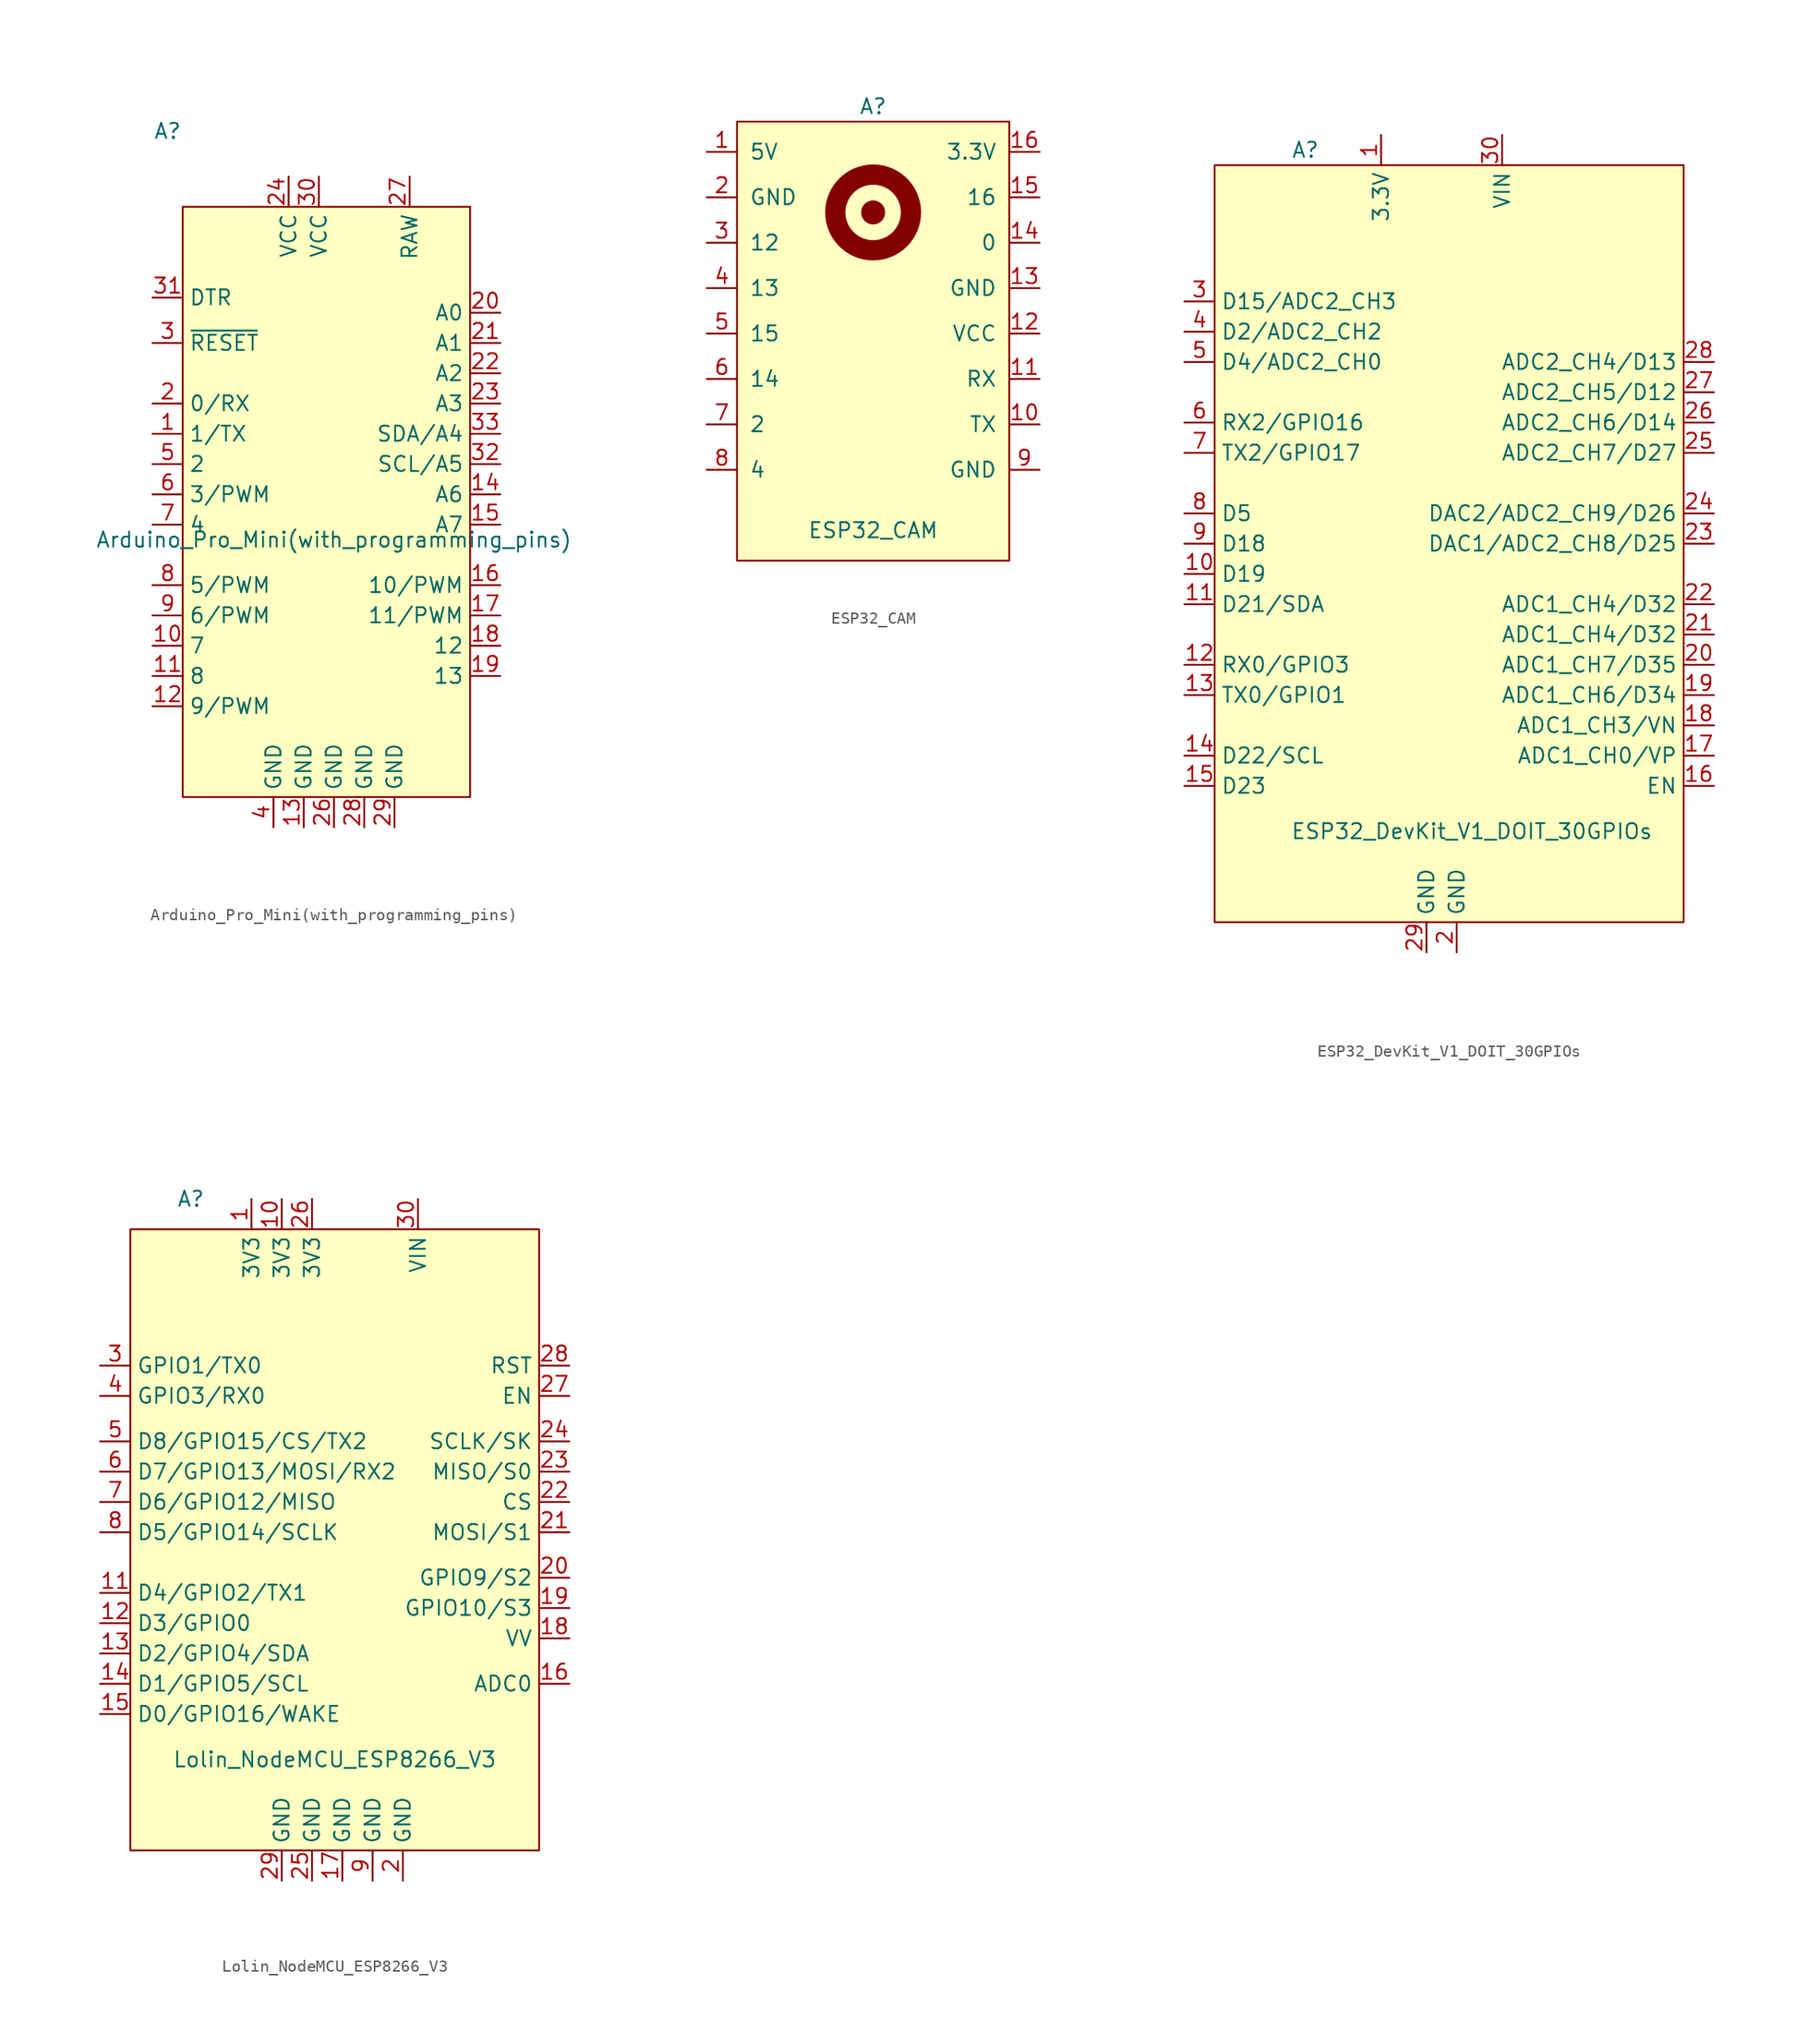
<source format=kicad_sym>
(kicad_symbol_lib
  (version 20220914)
  (generator kicad_symbol_editor)
  (symbol "Arduino_Pro_Mini(with_programming_pins)"
    (property "Reference" "A"
      (at -12.7 30.48 0)
      (effects (font (size 1.27 1.27))))
    (property "Value" "Arduino_Pro_Mini(with_programming_pins)"
      (at 1.27 -3.81 0)
      (effects (font (size 1.27 1.27))))
    (symbol "Arduino_Pro_Mini(with_programming_pins)_0_1"
      (rectangle (start -11.43 24.13) (end 12.7 -25.4) (stroke (width 0) (type default)) (fill (type background))))
    (symbol "Arduino_Pro_Mini(with_programming_pins)_1_1"
      (pin bidirectional line (at -13.97 5.08 0) (length 2.54) (name "1/TX" (effects (font (size 1.27 1.27)))) (number "1" (effects (font (size 1.27 1.27)))))
      (pin bidirectional line (at -13.97 -12.7 0) (length 2.54) (name "7" (effects (font (size 1.27 1.27)))) (number "10" (effects (font (size 1.27 1.27)))))
      (pin bidirectional line (at -13.97 -15.24 0) (length 2.54) (name "8" (effects (font (size 1.27 1.27)))) (number "11" (effects (font (size 1.27 1.27)))))
      (pin bidirectional line (at -13.97 -17.78 0) (length 2.54) (name "9/PWM" (effects (font (size 1.27 1.27)))) (number "12" (effects (font (size 1.27 1.27)))))
      (pin power_in line (at -1.27 -27.94 90) (length 2.54) (name "GND" (effects (font (size 1.27 1.27)))) (number "13" (effects (font (size 1.27 1.27)))))
      (pin bidirectional line (at 15.24 0 180) (length 2.54) (name "A6" (effects (font (size 1.27 1.27)))) (number "14" (effects (font (size 1.27 1.27)))))
      (pin bidirectional line (at 15.24 -2.54 180) (length 2.54) (name "A7" (effects (font (size 1.27 1.27)))) (number "15" (effects (font (size 1.27 1.27)))))
      (pin bidirectional line (at 15.24 -7.62 180) (length 2.54) (name "10/PWM" (effects (font (size 1.27 1.27)))) (number "16" (effects (font (size 1.27 1.27)))))
      (pin bidirectional line (at 15.24 -10.16 180) (length 2.54) (name "11/PWM" (effects (font (size 1.27 1.27)))) (number "17" (effects (font (size 1.27 1.27)))))
      (pin bidirectional line (at 15.24 -12.7 180) (length 2.54) (name "12" (effects (font (size 1.27 1.27)))) (number "18" (effects (font (size 1.27 1.27)))))
      (pin bidirectional line (at 15.24 -15.24 180) (length 2.54) (name "13" (effects (font (size 1.27 1.27)))) (number "19" (effects (font (size 1.27 1.27)))))
      (pin bidirectional line (at -13.97 7.62 0) (length 2.54) (name "0/RX" (effects (font (size 1.27 1.27)))) (number "2" (effects (font (size 1.27 1.27)))))
      (pin bidirectional line (at 15.24 15.24 180) (length 2.54) (name "A0" (effects (font (size 1.27 1.27)))) (number "20" (effects (font (size 1.27 1.27)))))
      (pin bidirectional line (at 15.24 12.7 180) (length 2.54) (name "A1" (effects (font (size 1.27 1.27)))) (number "21" (effects (font (size 1.27 1.27)))))
      (pin bidirectional line (at 15.24 10.16 180) (length 2.54) (name "A2" (effects (font (size 1.27 1.27)))) (number "22" (effects (font (size 1.27 1.27)))))
      (pin bidirectional line (at 15.24 7.62 180) (length 2.54) (name "A3" (effects (font (size 1.27 1.27)))) (number "23" (effects (font (size 1.27 1.27)))))
      (pin power_in line (at -2.54 26.67 270) (length 2.54) (name "VCC" (effects (font (size 1.27 1.27)))) (number "24" (effects (font (size 1.27 1.27)))))
      (pin power_in line (at 1.27 -27.94 90) (length 2.54) (name "GND" (effects (font (size 1.27 1.27)))) (number "26" (effects (font (size 1.27 1.27)))))
      (pin power_in line (at 7.62 26.67 270) (length 2.54) (name "RAW" (effects (font (size 1.27 1.27)))) (number "27" (effects (font (size 1.27 1.27)))))
      (pin power_in line (at 3.81 -27.94 90) (length 2.54) (name "GND" (effects (font (size 1.27 1.27)))) (number "28" (effects (font (size 1.27 1.27)))))
      (pin power_in line (at 6.35 -27.94 90) (length 2.54) (name "GND" (effects (font (size 1.27 1.27)))) (number "29" (effects (font (size 1.27 1.27)))))
      (pin bidirectional line (at -13.97 12.7 0) (length 2.54) (name "~{RESET}" (effects (font (size 1.27 1.27)))) (number "3" (effects (font (size 1.27 1.27)))))
      (pin power_in line (at 0 26.67 270) (length 2.54) (name "VCC" (effects (font (size 1.27 1.27)))) (number "30" (effects (font (size 1.27 1.27)))))
      (pin bidirectional line (at -13.97 16.51 0) (length 2.54) (name "DTR" (effects (font (size 1.27 1.27)))) (number "31" (effects (font (size 1.27 1.27)))))
      (pin bidirectional line (at 15.24 2.54 180) (length 2.54) (name "SCL/A5" (effects (font (size 1.27 1.27)))) (number "32" (effects (font (size 1.27 1.27)))))
      (pin bidirectional line (at 15.24 5.08 180) (length 2.54) (name "SDA/A4" (effects (font (size 1.27 1.27)))) (number "33" (effects (font (size 1.27 1.27)))))
      (pin power_in line (at -3.81 -27.94 90) (length 2.54) (name "GND" (effects (font (size 1.27 1.27)))) (number "4" (effects (font (size 1.27 1.27)))))
      (pin bidirectional line (at -13.97 2.54 0) (length 2.54) (name "2" (effects (font (size 1.27 1.27)))) (number "5" (effects (font (size 1.27 1.27)))))
      (pin bidirectional line (at -13.97 0 0) (length 2.54) (name "3/PWM" (effects (font (size 1.27 1.27)))) (number "6" (effects (font (size 1.27 1.27)))))
      (pin bidirectional line (at -13.97 -2.54 0) (length 2.54) (name "4" (effects (font (size 1.27 1.27)))) (number "7" (effects (font (size 1.27 1.27)))))
      (pin bidirectional line (at -13.97 -7.62 0) (length 2.54) (name "5/PWM" (effects (font (size 1.27 1.27)))) (number "8" (effects (font (size 1.27 1.27)))))
      (pin bidirectional line (at -13.97 -10.16 0) (length 2.54) (name "6/PWM" (effects (font (size 1.27 1.27)))) (number "9" (effects (font (size 1.27 1.27)))))))
  (symbol "ESP32_CAM"
    (pin_names
      (offset 1.016))
    (property "Reference" "A"
      (at 0 16.51 0)
      (effects (font (size 1.27 1.27))))
    (property "Value" "ESP32_CAM"
      (at 0 -19.05 0)
      (effects (font (size 1.27 1.27))))
    (symbol "ESP32_CAM_0_1"
      (rectangle (start -11.43 15.24) (end 11.43 -21.59) (stroke (width 0) (type default)) (fill (type background)))
      (circle (center 0 7.62) (radius 0.508) (stroke (width 1) (type default)) (fill (type none)))
      (circle (center 0 7.62) (radius 3.175) (stroke (width 1.7) (type default)) (fill (type none)))
      (circle (center 0 7.62) (radius 3.581) (stroke (width 0) (type default)) (fill (type none))))
    (symbol "ESP32_CAM_1_1"
      (pin power_in line (at -13.97 12.7 0) (length 2.54) (name "5V" (effects (font (size 1.27 1.27)))) (number "1" (effects (font (size 1.27 1.27)))))
      (pin output line (at 13.97 -10.16 180) (length 2.54) (name "TX" (effects (font (size 1.27 1.27)))) (number "10" (effects (font (size 1.27 1.27)))))
      (pin input line (at 13.97 -6.35 180) (length 2.54) (name "RX" (effects (font (size 1.27 1.27)))) (number "11" (effects (font (size 1.27 1.27)))))
      (pin power_in line (at 13.97 -2.54 180) (length 2.54) (name "VCC" (effects (font (size 1.27 1.27)))) (number "12" (effects (font (size 1.27 1.27)))))
      (pin power_in line (at 13.97 1.27 180) (length 2.54) (name "GND" (effects (font (size 1.27 1.27)))) (number "13" (effects (font (size 1.27 1.27)))))
      (pin bidirectional line (at 13.97 5.08 180) (length 2.54) (name "0" (effects (font (size 1.27 1.27)))) (number "14" (effects (font (size 1.27 1.27)))))
      (pin bidirectional line (at 13.97 8.89 180) (length 2.54) (name "16" (effects (font (size 1.27 1.27)))) (number "15" (effects (font (size 1.27 1.27)))))
      (pin power_in line (at 13.97 12.7 180) (length 2.54) (name "3.3V" (effects (font (size 1.27 1.27)))) (number "16" (effects (font (size 1.27 1.27)))))
      (pin power_in line (at -13.97 8.89 0) (length 2.54) (name "GND" (effects (font (size 1.27 1.27)))) (number "2" (effects (font (size 1.27 1.27)))))
      (pin bidirectional line (at -13.97 5.08 0) (length 2.54) (name "12" (effects (font (size 1.27 1.27)))) (number "3" (effects (font (size 1.27 1.27)))))
      (pin bidirectional line (at -13.97 1.27 0) (length 2.54) (name "13" (effects (font (size 1.27 1.27)))) (number "4" (effects (font (size 1.27 1.27)))))
      (pin bidirectional line (at -13.97 -2.54 0) (length 2.54) (name "15" (effects (font (size 1.27 1.27)))) (number "5" (effects (font (size 1.27 1.27)))))
      (pin bidirectional line (at -13.97 -6.35 0) (length 2.54) (name "14" (effects (font (size 1.27 1.27)))) (number "6" (effects (font (size 1.27 1.27)))))
      (pin bidirectional line (at -13.97 -10.16 0) (length 2.54) (name "2" (effects (font (size 1.27 1.27)))) (number "7" (effects (font (size 1.27 1.27)))))
      (pin bidirectional line (at -13.97 -13.97 0) (length 2.54) (name "4" (effects (font (size 1.27 1.27)))) (number "8" (effects (font (size 1.27 1.27)))))
      (pin power_in line (at 13.97 -13.97 180) (length 2.54) (name "GND" (effects (font (size 1.27 1.27)))) (number "9" (effects (font (size 1.27 1.27)))))))
  (symbol "ESP32_DevKit_V1_DOIT_30GPIOs"
    (property "Reference" "A"
      (at -11.43 34.29 0)
      (effects (font (size 1.27 1.27))))
    (property "Value" "ESP32_DevKit_V1_DOIT_30GPIOs"
      (at 2.54 -22.86 0)
      (effects (font (size 1.27 1.27))))
    (symbol "ESP32_DevKit_V1_DOIT_30GPIOs_0_1"
      (rectangle (start -19.05 33.02) (end 20.32 -30.48) (stroke (width 0) (type default)) (fill (type background))))
    (symbol "ESP32_DevKit_V1_DOIT_30GPIOs_1_1"
      (pin power_in line (at -5.08 35.56 270) (length 2.54) (name "3.3V" (effects (font (size 1.27 1.27)))) (number "1" (effects (font (size 1.27 1.27)))))
      (pin bidirectional line (at -21.59 -1.27 0) (length 2.54) (name "D19" (effects (font (size 1.27 1.27)))) (number "10" (effects (font (size 1.27 1.27)))))
      (pin bidirectional line (at -21.59 -3.81 0) (length 2.54) (name "D21/SDA" (effects (font (size 1.27 1.27)))) (number "11" (effects (font (size 1.27 1.27)))))
      (pin bidirectional line (at -21.59 -8.89 0) (length 2.54) (name "RX0/GPIO3" (effects (font (size 1.27 1.27)))) (number "12" (effects (font (size 1.27 1.27)))))
      (pin bidirectional line (at -21.59 -11.43 0) (length 2.54) (name "TX0/GPIO1" (effects (font (size 1.27 1.27)))) (number "13" (effects (font (size 1.27 1.27)))))
      (pin bidirectional line (at -21.59 -16.51 0) (length 2.54) (name "D22/SCL" (effects (font (size 1.27 1.27)))) (number "14" (effects (font (size 1.27 1.27)))))
      (pin bidirectional line (at -21.59 -19.05 0) (length 2.54) (name "D23" (effects (font (size 1.27 1.27)))) (number "15" (effects (font (size 1.27 1.27)))))
      (pin bidirectional line (at 22.86 -19.05 180) (length 2.54) (name "EN" (effects (font (size 1.27 1.27)))) (number "16" (effects (font (size 1.27 1.27)))))
      (pin bidirectional line (at 22.86 -16.51 180) (length 2.54) (name "ADC1_CH0/VP" (effects (font (size 1.27 1.27)))) (number "17" (effects (font (size 1.27 1.27)))))
      (pin bidirectional line (at 22.86 -13.97 180) (length 2.54) (name "ADC1_CH3/VN" (effects (font (size 1.27 1.27)))) (number "18" (effects (font (size 1.27 1.27)))))
      (pin bidirectional line (at 22.86 -11.43 180) (length 2.54) (name "ADC1_CH6/D34" (effects (font (size 1.27 1.27)))) (number "19" (effects (font (size 1.27 1.27)))))
      (pin power_in line (at 1.27 -33.02 90) (length 2.54) (name "GND" (effects (font (size 1.27 1.27)))) (number "2" (effects (font (size 1.27 1.27)))))
      (pin bidirectional line (at 22.86 -8.89 180) (length 2.54) (name "ADC1_CH7/D35" (effects (font (size 1.27 1.27)))) (number "20" (effects (font (size 1.27 1.27)))))
      (pin bidirectional line (at 22.86 -6.35 180) (length 2.54) (name "ADC1_CH4/D32" (effects (font (size 1.27 1.27)))) (number "21" (effects (font (size 1.27 1.27)))))
      (pin bidirectional line (at 22.86 -3.81 180) (length 2.54) (name "ADC1_CH4/D32" (effects (font (size 1.27 1.27)))) (number "22" (effects (font (size 1.27 1.27)))))
      (pin bidirectional line (at 22.86 1.27 180) (length 2.54) (name "DAC1/ADC2_CH8/D25" (effects (font (size 1.27 1.27)))) (number "23" (effects (font (size 1.27 1.27)))))
      (pin bidirectional line (at 22.86 3.81 180) (length 2.54) (name "DAC2/ADC2_CH9/D26" (effects (font (size 1.27 1.27)))) (number "24" (effects (font (size 1.27 1.27)))))
      (pin bidirectional line (at 22.86 8.89 180) (length 2.54) (name "ADC2_CH7/D27" (effects (font (size 1.27 1.27)))) (number "25" (effects (font (size 1.27 1.27)))))
      (pin bidirectional line (at 22.86 11.43 180) (length 2.54) (name "ADC2_CH6/D14" (effects (font (size 1.27 1.27)))) (number "26" (effects (font (size 1.27 1.27)))))
      (pin bidirectional line (at 22.86 13.97 180) (length 2.54) (name "ADC2_CH5/D12" (effects (font (size 1.27 1.27)))) (number "27" (effects (font (size 1.27 1.27)))))
      (pin bidirectional line (at 22.86 16.51 180) (length 2.54) (name "ADC2_CH4/D13" (effects (font (size 1.27 1.27)))) (number "28" (effects (font (size 1.27 1.27)))))
      (pin power_in line (at -1.27 -33.02 90) (length 2.54) (name "GND" (effects (font (size 1.27 1.27)))) (number "29" (effects (font (size 1.27 1.27)))))
      (pin bidirectional line (at -21.59 21.59 0) (length 2.54) (name "D15/ADC2_CH3" (effects (font (size 1.27 1.27)))) (number "3" (effects (font (size 1.27 1.27)))))
      (pin power_in line (at 5.08 35.56 270) (length 2.54) (name "VIN" (effects (font (size 1.27 1.27)))) (number "30" (effects (font (size 1.27 1.27)))))
      (pin bidirectional line (at -21.59 19.05 0) (length 2.54) (name "D2/ADC2_CH2" (effects (font (size 1.27 1.27)))) (number "4" (effects (font (size 1.27 1.27)))))
      (pin bidirectional line (at -21.59 16.51 0) (length 2.54) (name "D4/ADC2_CH0" (effects (font (size 1.27 1.27)))) (number "5" (effects (font (size 1.27 1.27)))))
      (pin bidirectional line (at -21.59 11.43 0) (length 2.54) (name "RX2/GPIO16" (effects (font (size 1.27 1.27)))) (number "6" (effects (font (size 1.27 1.27)))))
      (pin bidirectional line (at -21.59 8.89 0) (length 2.54) (name "TX2/GPIO17" (effects (font (size 1.27 1.27)))) (number "7" (effects (font (size 1.27 1.27)))))
      (pin bidirectional line (at -21.59 3.81 0) (length 2.54) (name "D5" (effects (font (size 1.27 1.27)))) (number "8" (effects (font (size 1.27 1.27)))))
      (pin bidirectional line (at -21.59 1.27 0) (length 2.54) (name "D18" (effects (font (size 1.27 1.27)))) (number "9" (effects (font (size 1.27 1.27)))))))
  (symbol "Lolin_NodeMCU_ESP8266_V3"
    (property "Reference" "A"
      (at -12.7 27.94 0)
      (effects (font (size 1.27 1.27))))
    (property "Value" "Lolin_NodeMCU_ESP8266_V3"
      (at -0.635 -19.05 0)
      (effects (font (size 1.27 1.27))))
    (symbol "Lolin_NodeMCU_ESP8266_V3_0_1"
      (rectangle (start -17.78 25.4) (end 16.51 -26.67) (stroke (width 0) (type default)) (fill (type background))))
    (symbol "Lolin_NodeMCU_ESP8266_V3_1_1"
      (pin power_in line (at -7.62 27.94 270) (length 2.54) (name "3V3" (effects (font (size 1.27 1.27)))) (number "1" (effects (font (size 1.27 1.27)))))
      (pin power_in line (at -5.08 27.94 270) (length 2.54) (name "3V3" (effects (font (size 1.27 1.27)))) (number "10" (effects (font (size 1.27 1.27)))))
      (pin bidirectional line (at -20.32 -5.08 0) (length 2.54) (name "D4/GPIO2/TX1" (effects (font (size 1.27 1.27)))) (number "11" (effects (font (size 1.27 1.27)))))
      (pin bidirectional line (at -20.32 -7.62 0) (length 2.54) (name "D3/GPIO0" (effects (font (size 1.27 1.27)))) (number "12" (effects (font (size 1.27 1.27)))))
      (pin bidirectional line (at -20.32 -10.16 0) (length 2.54) (name "D2/GPIO4/SDA" (effects (font (size 1.27 1.27)))) (number "13" (effects (font (size 1.27 1.27)))))
      (pin bidirectional line (at -20.32 -12.7 0) (length 2.54) (name "D1/GPIO5/SCL" (effects (font (size 1.27 1.27)))) (number "14" (effects (font (size 1.27 1.27)))))
      (pin bidirectional line (at -20.32 -15.24 0) (length 2.54) (name "D0/GPIO16/WAKE" (effects (font (size 1.27 1.27)))) (number "15" (effects (font (size 1.27 1.27)))))
      (pin bidirectional line (at 19.05 -12.7 180) (length 2.54) (name "ADC0" (effects (font (size 1.27 1.27)))) (number "16" (effects (font (size 1.27 1.27)))))
      (pin power_in line (at 0 -29.21 90) (length 2.54) (name "GND" (effects (font (size 1.27 1.27)))) (number "17" (effects (font (size 1.27 1.27)))))
      (pin bidirectional line (at 19.05 -8.89 180) (length 2.54) (name "VV" (effects (font (size 1.27 1.27)))) (number "18" (effects (font (size 1.27 1.27)))))
      (pin bidirectional line (at 19.05 -6.35 180) (length 2.54) (name "GPIO10/S3" (effects (font (size 1.27 1.27)))) (number "19" (effects (font (size 1.27 1.27)))))
      (pin power_in line (at 5.08 -29.21 90) (length 2.54) (name "GND" (effects (font (size 1.27 1.27)))) (number "2" (effects (font (size 1.27 1.27)))))
      (pin bidirectional line (at 19.05 -3.81 180) (length 2.54) (name "GPIO9/S2" (effects (font (size 1.27 1.27)))) (number "20" (effects (font (size 1.27 1.27)))))
      (pin bidirectional line (at 19.05 0 180) (length 2.54) (name "MOSI/S1" (effects (font (size 1.27 1.27)))) (number "21" (effects (font (size 1.27 1.27)))))
      (pin bidirectional line (at 19.05 2.54 180) (length 2.54) (name "CS" (effects (font (size 1.27 1.27)))) (number "22" (effects (font (size 1.27 1.27)))))
      (pin bidirectional line (at 19.05 5.08 180) (length 2.54) (name "MISO/S0" (effects (font (size 1.27 1.27)))) (number "23" (effects (font (size 1.27 1.27)))))
      (pin bidirectional line (at 19.05 7.62 180) (length 2.54) (name "SCLK/SK" (effects (font (size 1.27 1.27)))) (number "24" (effects (font (size 1.27 1.27)))))
      (pin power_in line (at -2.54 -29.21 90) (length 2.54) (name "GND" (effects (font (size 1.27 1.27)))) (number "25" (effects (font (size 1.27 1.27)))))
      (pin power_in line (at -2.54 27.94 270) (length 2.54) (name "3V3" (effects (font (size 1.27 1.27)))) (number "26" (effects (font (size 1.27 1.27)))))
      (pin bidirectional line (at 19.05 11.43 180) (length 2.54) (name "EN" (effects (font (size 1.27 1.27)))) (number "27" (effects (font (size 1.27 1.27)))))
      (pin bidirectional line (at 19.05 13.97 180) (length 2.54) (name "RST" (effects (font (size 1.27 1.27)))) (number "28" (effects (font (size 1.27 1.27)))))
      (pin power_in line (at -5.08 -29.21 90) (length 2.54) (name "GND" (effects (font (size 1.27 1.27)))) (number "29" (effects (font (size 1.27 1.27)))))
      (pin bidirectional line (at -20.32 13.97 0) (length 2.54) (name "GPIO1/TX0" (effects (font (size 1.27 1.27)))) (number "3" (effects (font (size 1.27 1.27)))))
      (pin power_in line (at 6.35 27.94 270) (length 2.54) (name "VIN" (effects (font (size 1.27 1.27)))) (number "30" (effects (font (size 1.27 1.27)))))
      (pin bidirectional line (at -20.32 11.43 0) (length 2.54) (name "GPIO3/RX0" (effects (font (size 1.27 1.27)))) (number "4" (effects (font (size 1.27 1.27)))))
      (pin bidirectional line (at -20.32 7.62 0) (length 2.54) (name "D8/GPIO15/CS/TX2" (effects (font (size 1.27 1.27)))) (number "5" (effects (font (size 1.27 1.27)))))
      (pin bidirectional line (at -20.32 5.08 0) (length 2.54) (name "D7/GPIO13/MOSI/RX2" (effects (font (size 1.27 1.27)))) (number "6" (effects (font (size 1.27 1.27)))))
      (pin bidirectional line (at -20.32 2.54 0) (length 2.54) (name "D6/GPIO12/MISO" (effects (font (size 1.27 1.27)))) (number "7" (effects (font (size 1.27 1.27)))))
      (pin bidirectional line (at -20.32 0 0) (length 2.54) (name "D5/GPIO14/SCLK" (effects (font (size 1.27 1.27)))) (number "8" (effects (font (size 1.27 1.27)))))
      (pin power_in line (at 2.54 -29.21 90) (length 2.54) (name "GND" (effects (font (size 1.27 1.27)))) (number "9" (effects (font (size 1.27 1.27))))))))
</source>
